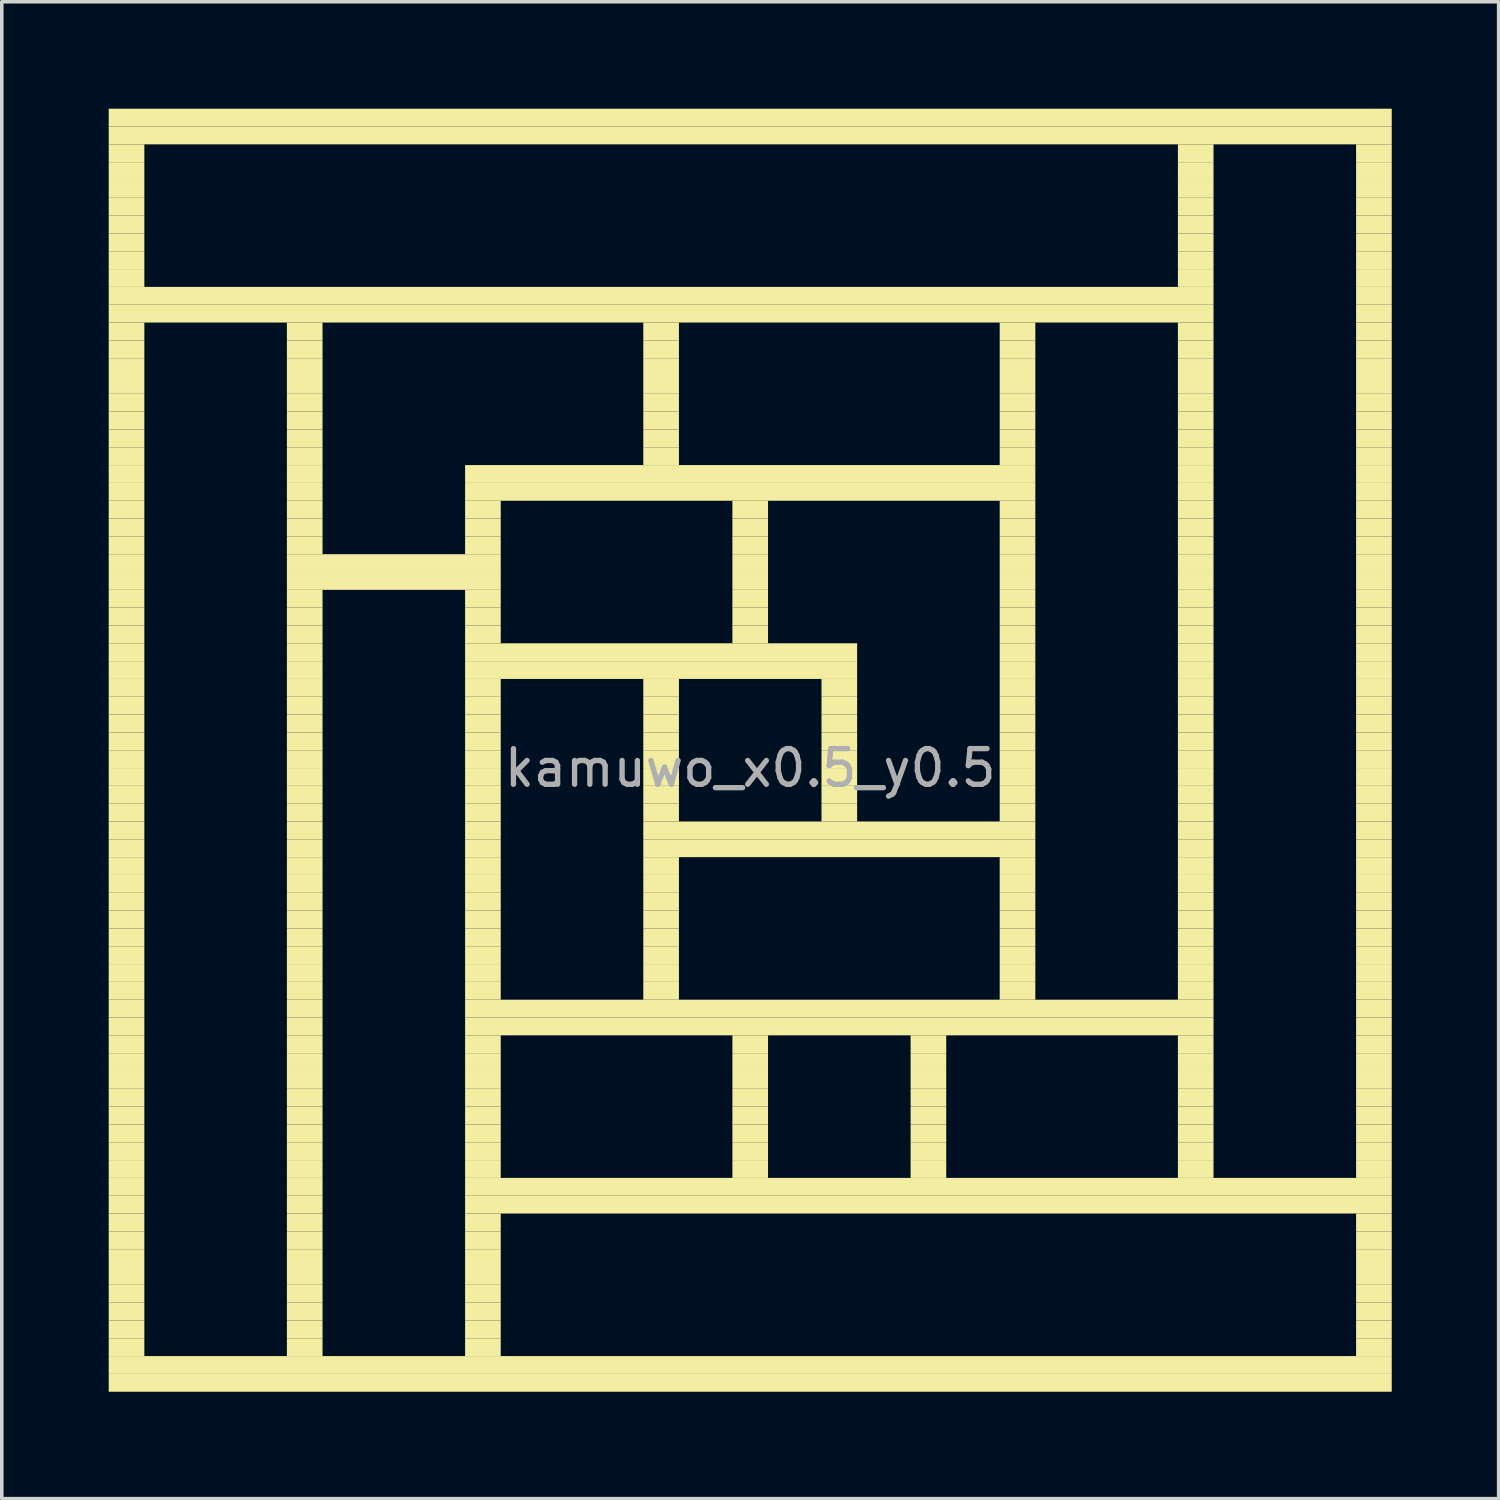
<source format=kicad_pcb>
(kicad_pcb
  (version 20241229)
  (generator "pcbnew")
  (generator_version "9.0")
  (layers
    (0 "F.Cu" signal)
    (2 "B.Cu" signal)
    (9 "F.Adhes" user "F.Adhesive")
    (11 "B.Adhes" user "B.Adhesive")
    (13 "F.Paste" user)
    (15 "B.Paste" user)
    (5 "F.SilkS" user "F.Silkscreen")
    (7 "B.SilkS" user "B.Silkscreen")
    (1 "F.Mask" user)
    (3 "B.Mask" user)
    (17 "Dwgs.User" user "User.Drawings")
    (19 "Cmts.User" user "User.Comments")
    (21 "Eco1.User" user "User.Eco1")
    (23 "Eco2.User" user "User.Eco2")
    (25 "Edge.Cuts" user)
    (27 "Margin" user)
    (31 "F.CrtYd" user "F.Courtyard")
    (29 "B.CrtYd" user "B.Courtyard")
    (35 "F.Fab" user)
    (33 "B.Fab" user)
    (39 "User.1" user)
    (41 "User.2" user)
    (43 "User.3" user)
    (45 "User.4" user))
  (footprint "kamuwo_x0.5_y0.5"
    (layer "F.Cu")
    (at 18 18)
    (property "Reference" "kamuwo_x0.5_y0.5" (at 0 0.5 0) (layer "F.Fab") (effects (font (size 1 1) (thickness 0.15))))
    (attr through_hole)
    (fp_poly (pts (xy -17 -17) (xy -17 -16.5) (xy -18 -16.5) (xy -18 -17)) (stroke (width 0) (type solid)) (fill yes) (layer "F.SilkS"))
    (fp_poly (pts (xy -17 -16.5) (xy -17 -16) (xy -18 -16) (xy -18 -16.5)) (stroke (width 0) (type solid)) (fill yes) (layer "F.SilkS"))
    (fp_poly (pts (xy -17 -16) (xy -17 -15.5) (xy -18 -15.5) (xy -18 -16)) (stroke (width 0) (type solid)) (fill yes) (layer "F.SilkS"))
    (fp_poly (pts (xy -17 -15.5) (xy -17 -15) (xy -18 -15) (xy -18 -15.5)) (stroke (width 0) (type solid)) (fill yes) (layer "F.SilkS"))
    (fp_poly (pts (xy -17 -15) (xy -17 -14.5) (xy -18 -14.5) (xy -18 -15)) (stroke (width 0) (type solid)) (fill yes) (layer "F.SilkS"))
    (fp_poly (pts (xy -17 -14.5) (xy -17 -14) (xy -18 -14) (xy -18 -14.5)) (stroke (width 0) (type solid)) (fill yes) (layer "F.SilkS"))
    (fp_poly (pts (xy -17 -14) (xy -17 -13.5) (xy -18 -13.5) (xy -18 -14)) (stroke (width 0) (type solid)) (fill yes) (layer "F.SilkS"))
    (fp_poly (pts (xy -17 -13.5) (xy -17 -13) (xy -18 -13) (xy -18 -13.5)) (stroke (width 0) (type solid)) (fill yes) (layer "F.SilkS"))
    (fp_poly (pts (xy -17 -12) (xy -17 -11.5) (xy -18 -11.5) (xy -18 -12)) (stroke (width 0) (type solid)) (fill yes) (layer "F.SilkS"))
    (fp_poly (pts (xy -17 -11.5) (xy -17 -11) (xy -18 -11) (xy -18 -11.5)) (stroke (width 0) (type solid)) (fill yes) (layer "F.SilkS"))
    (fp_poly (pts (xy -17 -11) (xy -17 -10.5) (xy -18 -10.5) (xy -18 -11)) (stroke (width 0) (type solid)) (fill yes) (layer "F.SilkS"))
    (fp_poly (pts (xy -17 -10.5) (xy -17 -10) (xy -18 -10) (xy -18 -10.5)) (stroke (width 0) (type solid)) (fill yes) (layer "F.SilkS"))
    (fp_poly (pts (xy -17 -10) (xy -17 -9.5) (xy -18 -9.5) (xy -18 -10)) (stroke (width 0) (type solid)) (fill yes) (layer "F.SilkS"))
    (fp_poly (pts (xy -17 -9.5) (xy -17 -9) (xy -18 -9) (xy -18 -9.5)) (stroke (width 0) (type solid)) (fill yes) (layer "F.SilkS"))
    (fp_poly (pts (xy -17 -9) (xy -17 -8.5) (xy -18 -8.5) (xy -18 -9)) (stroke (width 0) (type solid)) (fill yes) (layer "F.SilkS"))
    (fp_poly (pts (xy -17 -8.5) (xy -17 -8) (xy -18 -8) (xy -18 -8.5)) (stroke (width 0) (type solid)) (fill yes) (layer "F.SilkS"))
    (fp_poly (pts (xy -17 -8) (xy -17 -7.5) (xy -18 -7.5) (xy -18 -8)) (stroke (width 0) (type solid)) (fill yes) (layer "F.SilkS"))
    (fp_poly (pts (xy -17 -7.5) (xy -17 -7) (xy -18 -7) (xy -18 -7.5)) (stroke (width 0) (type solid)) (fill yes) (layer "F.SilkS"))
    (fp_poly (pts (xy -17 -7) (xy -17 -6.5) (xy -18 -6.5) (xy -18 -7)) (stroke (width 0) (type solid)) (fill yes) (layer "F.SilkS"))
    (fp_poly (pts (xy -17 -6.5) (xy -17 -6) (xy -18 -6) (xy -18 -6.5)) (stroke (width 0) (type solid)) (fill yes) (layer "F.SilkS"))
    (fp_poly (pts (xy -17 -6) (xy -17 -5.5) (xy -18 -5.5) (xy -18 -6)) (stroke (width 0) (type solid)) (fill yes) (layer "F.SilkS"))
    (fp_poly (pts (xy -17 -5.5) (xy -17 -5) (xy -18 -5) (xy -18 -5.5)) (stroke (width 0) (type solid)) (fill yes) (layer "F.SilkS"))
    (fp_poly (pts (xy -17 -5) (xy -17 -4.5) (xy -18 -4.5) (xy -18 -5)) (stroke (width 0) (type solid)) (fill yes) (layer "F.SilkS"))
    (fp_poly (pts (xy -17 -4.5) (xy -17 -4) (xy -18 -4) (xy -18 -4.5)) (stroke (width 0) (type solid)) (fill yes) (layer "F.SilkS"))
    (fp_poly (pts (xy -17 -4) (xy -17 -3.5) (xy -18 -3.5) (xy -18 -4)) (stroke (width 0) (type solid)) (fill yes) (layer "F.SilkS"))
    (fp_poly (pts (xy -17 -3.5) (xy -17 -3) (xy -18 -3) (xy -18 -3.5)) (stroke (width 0) (type solid)) (fill yes) (layer "F.SilkS"))
    (fp_poly (pts (xy -17 -3) (xy -17 -2.5) (xy -18 -2.5) (xy -18 -3)) (stroke (width 0) (type solid)) (fill yes) (layer "F.SilkS"))
    (fp_poly (pts (xy -17 -2.5) (xy -17 -2) (xy -18 -2) (xy -18 -2.5)) (stroke (width 0) (type solid)) (fill yes) (layer "F.SilkS"))
    (fp_poly (pts (xy -17 -2) (xy -17 -1.5) (xy -18 -1.5) (xy -18 -2)) (stroke (width 0) (type solid)) (fill yes) (layer "F.SilkS"))
    (fp_poly (pts (xy -17 -1.5) (xy -17 -1) (xy -18 -1) (xy -18 -1.5)) (stroke (width 0) (type solid)) (fill yes) (layer "F.SilkS"))
    (fp_poly (pts (xy -17 -1) (xy -17 -0.5) (xy -18 -0.5) (xy -18 -1)) (stroke (width 0) (type solid)) (fill yes) (layer "F.SilkS"))
    (fp_poly (pts (xy -17 -0.5) (xy -17 0) (xy -18 0) (xy -18 -0.5)) (stroke (width 0) (type solid)) (fill yes) (layer "F.SilkS"))
    (fp_poly (pts (xy -17 0) (xy -17 0.5) (xy -18 0.5) (xy -18 0)) (stroke (width 0) (type solid)) (fill yes) (layer "F.SilkS"))
    (fp_poly (pts (xy -17 0.5) (xy -17 1) (xy -18 1) (xy -18 0.5)) (stroke (width 0) (type solid)) (fill yes) (layer "F.SilkS"))
    (fp_poly (pts (xy -17 1) (xy -17 1.5) (xy -18 1.5) (xy -18 1)) (stroke (width 0) (type solid)) (fill yes) (layer "F.SilkS"))
    (fp_poly (pts (xy -17 1.5) (xy -17 2) (xy -18 2) (xy -18 1.5)) (stroke (width 0) (type solid)) (fill yes) (layer "F.SilkS"))
    (fp_poly (pts (xy -17 2) (xy -17 2.5) (xy -18 2.5) (xy -18 2)) (stroke (width 0) (type solid)) (fill yes) (layer "F.SilkS"))
    (fp_poly (pts (xy -17 2.5) (xy -17 3) (xy -18 3) (xy -18 2.5)) (stroke (width 0) (type solid)) (fill yes) (layer "F.SilkS"))
    (fp_poly (pts (xy -17 3) (xy -17 3.5) (xy -18 3.5) (xy -18 3)) (stroke (width 0) (type solid)) (fill yes) (layer "F.SilkS"))
    (fp_poly (pts (xy -17 3.5) (xy -17 4) (xy -18 4) (xy -18 3.5)) (stroke (width 0) (type solid)) (fill yes) (layer "F.SilkS"))
    (fp_poly (pts (xy -17 4) (xy -17 4.5) (xy -18 4.5) (xy -18 4)) (stroke (width 0) (type solid)) (fill yes) (layer "F.SilkS"))
    (fp_poly (pts (xy -17 4.5) (xy -17 5) (xy -18 5) (xy -18 4.5)) (stroke (width 0) (type solid)) (fill yes) (layer "F.SilkS"))
    (fp_poly (pts (xy -17 5) (xy -17 5.5) (xy -18 5.5) (xy -18 5)) (stroke (width 0) (type solid)) (fill yes) (layer "F.SilkS"))
    (fp_poly (pts (xy -17 5.5) (xy -17 6) (xy -18 6) (xy -18 5.5)) (stroke (width 0) (type solid)) (fill yes) (layer "F.SilkS"))
    (fp_poly (pts (xy -17 6) (xy -17 6.5) (xy -18 6.5) (xy -18 6)) (stroke (width 0) (type solid)) (fill yes) (layer "F.SilkS"))
    (fp_poly (pts (xy -17 6.5) (xy -17 7) (xy -18 7) (xy -18 6.5)) (stroke (width 0) (type solid)) (fill yes) (layer "F.SilkS"))
    (fp_poly (pts (xy -17 7) (xy -17 7.5) (xy -18 7.5) (xy -18 7)) (stroke (width 0) (type solid)) (fill yes) (layer "F.SilkS"))
    (fp_poly (pts (xy -17 7.5) (xy -17 8) (xy -18 8) (xy -18 7.5)) (stroke (width 0) (type solid)) (fill yes) (layer "F.SilkS"))
    (fp_poly (pts (xy -17 8) (xy -17 8.5) (xy -18 8.5) (xy -18 8)) (stroke (width 0) (type solid)) (fill yes) (layer "F.SilkS"))
    (fp_poly (pts (xy -17 8.5) (xy -17 9) (xy -18 9) (xy -18 8.5)) (stroke (width 0) (type solid)) (fill yes) (layer "F.SilkS"))
    (fp_poly (pts (xy -17 9) (xy -17 9.5) (xy -18 9.5) (xy -18 9)) (stroke (width 0) (type solid)) (fill yes) (layer "F.SilkS"))
    (fp_poly (pts (xy -17 9.5) (xy -17 10) (xy -18 10) (xy -18 9.5)) (stroke (width 0) (type solid)) (fill yes) (layer "F.SilkS"))
    (fp_poly (pts (xy -17 10) (xy -17 10.5) (xy -18 10.5) (xy -18 10)) (stroke (width 0) (type solid)) (fill yes) (layer "F.SilkS"))
    (fp_poly (pts (xy -17 10.5) (xy -17 11) (xy -18 11) (xy -18 10.5)) (stroke (width 0) (type solid)) (fill yes) (layer "F.SilkS"))
    (fp_poly (pts (xy -17 11) (xy -17 11.5) (xy -18 11.5) (xy -18 11)) (stroke (width 0) (type solid)) (fill yes) (layer "F.SilkS"))
    (fp_poly (pts (xy -17 11.5) (xy -17 12) (xy -18 12) (xy -18 11.5)) (stroke (width 0) (type solid)) (fill yes) (layer "F.SilkS"))
    (fp_poly (pts (xy -17 12) (xy -17 12.5) (xy -18 12.5) (xy -18 12)) (stroke (width 0) (type solid)) (fill yes) (layer "F.SilkS"))
    (fp_poly (pts (xy -17 12.5) (xy -17 13) (xy -18 13) (xy -18 12.5)) (stroke (width 0) (type solid)) (fill yes) (layer "F.SilkS"))
    (fp_poly (pts (xy -17 13) (xy -17 13.5) (xy -18 13.5) (xy -18 13)) (stroke (width 0) (type solid)) (fill yes) (layer "F.SilkS"))
    (fp_poly (pts (xy -17 13.5) (xy -17 14) (xy -18 14) (xy -18 13.5)) (stroke (width 0) (type solid)) (fill yes) (layer "F.SilkS"))
    (fp_poly (pts (xy -17 14) (xy -17 14.5) (xy -18 14.5) (xy -18 14)) (stroke (width 0) (type solid)) (fill yes) (layer "F.SilkS"))
    (fp_poly (pts (xy -17 14.5) (xy -17 15) (xy -18 15) (xy -18 14.5)) (stroke (width 0) (type solid)) (fill yes) (layer "F.SilkS"))
    (fp_poly (pts (xy -17 15) (xy -17 15.5) (xy -18 15.5) (xy -18 15)) (stroke (width 0) (type solid)) (fill yes) (layer "F.SilkS"))
    (fp_poly (pts (xy -17 15.5) (xy -17 16) (xy -18 16) (xy -18 15.5)) (stroke (width 0) (type solid)) (fill yes) (layer "F.SilkS"))
    (fp_poly (pts (xy -17 16) (xy -17 16.5) (xy -18 16.5) (xy -18 16)) (stroke (width 0) (type solid)) (fill yes) (layer "F.SilkS"))
    (fp_poly (pts (xy -17 16.5) (xy -17 17) (xy -18 17) (xy -18 16.5)) (stroke (width 0) (type solid)) (fill yes) (layer "F.SilkS"))
    (fp_poly (pts (xy -12 -12) (xy -12 -11.5) (xy -13 -11.5) (xy -13 -12)) (stroke (width 0) (type solid)) (fill yes) (layer "F.SilkS"))
    (fp_poly (pts (xy -12 -11.5) (xy -12 -11) (xy -13 -11) (xy -13 -11.5)) (stroke (width 0) (type solid)) (fill yes) (layer "F.SilkS"))
    (fp_poly (pts (xy -12 -11) (xy -12 -10.5) (xy -13 -10.5) (xy -13 -11)) (stroke (width 0) (type solid)) (fill yes) (layer "F.SilkS"))
    (fp_poly (pts (xy -12 -10.5) (xy -12 -10) (xy -13 -10) (xy -13 -10.5)) (stroke (width 0) (type solid)) (fill yes) (layer "F.SilkS"))
    (fp_poly (pts (xy -12 -10) (xy -12 -9.5) (xy -13 -9.5) (xy -13 -10)) (stroke (width 0) (type solid)) (fill yes) (layer "F.SilkS"))
    (fp_poly (pts (xy -12 -9.5) (xy -12 -9) (xy -13 -9) (xy -13 -9.5)) (stroke (width 0) (type solid)) (fill yes) (layer "F.SilkS"))
    (fp_poly (pts (xy -12 -9) (xy -12 -8.5) (xy -13 -8.5) (xy -13 -9)) (stroke (width 0) (type solid)) (fill yes) (layer "F.SilkS"))
    (fp_poly (pts (xy -12 -8.5) (xy -12 -8) (xy -13 -8) (xy -13 -8.5)) (stroke (width 0) (type solid)) (fill yes) (layer "F.SilkS"))
    (fp_poly (pts (xy -12 -8) (xy -12 -7.5) (xy -13 -7.5) (xy -13 -8)) (stroke (width 0) (type solid)) (fill yes) (layer "F.SilkS"))
    (fp_poly (pts (xy -12 -7.5) (xy -12 -7) (xy -13 -7) (xy -13 -7.5)) (stroke (width 0) (type solid)) (fill yes) (layer "F.SilkS"))
    (fp_poly (pts (xy -12 -7) (xy -12 -6.5) (xy -13 -6.5) (xy -13 -7)) (stroke (width 0) (type solid)) (fill yes) (layer "F.SilkS"))
    (fp_poly (pts (xy -12 -6.5) (xy -12 -6) (xy -13 -6) (xy -13 -6.5)) (stroke (width 0) (type solid)) (fill yes) (layer "F.SilkS"))
    (fp_poly (pts (xy -12 -6) (xy -12 -5.5) (xy -13 -5.5) (xy -13 -6)) (stroke (width 0) (type solid)) (fill yes) (layer "F.SilkS"))
    (fp_poly (pts (xy -12 -4.5) (xy -12 -4) (xy -13 -4) (xy -13 -4.5)) (stroke (width 0) (type solid)) (fill yes) (layer "F.SilkS"))
    (fp_poly (pts (xy -12 -4) (xy -12 -3.5) (xy -13 -3.5) (xy -13 -4)) (stroke (width 0) (type solid)) (fill yes) (layer "F.SilkS"))
    (fp_poly (pts (xy -12 -3.5) (xy -12 -3) (xy -13 -3) (xy -13 -3.5)) (stroke (width 0) (type solid)) (fill yes) (layer "F.SilkS"))
    (fp_poly (pts (xy -12 -3) (xy -12 -2.5) (xy -13 -2.5) (xy -13 -3)) (stroke (width 0) (type solid)) (fill yes) (layer "F.SilkS"))
    (fp_poly (pts (xy -12 -2.5) (xy -12 -2) (xy -13 -2) (xy -13 -2.5)) (stroke (width 0) (type solid)) (fill yes) (layer "F.SilkS"))
    (fp_poly (pts (xy -12 -2) (xy -12 -1.5) (xy -13 -1.5) (xy -13 -2)) (stroke (width 0) (type solid)) (fill yes) (layer "F.SilkS"))
    (fp_poly (pts (xy -12 -1.5) (xy -12 -1) (xy -13 -1) (xy -13 -1.5)) (stroke (width 0) (type solid)) (fill yes) (layer "F.SilkS"))
    (fp_poly (pts (xy -12 -1) (xy -12 -0.5) (xy -13 -0.5) (xy -13 -1)) (stroke (width 0) (type solid)) (fill yes) (layer "F.SilkS"))
    (fp_poly (pts (xy -12 -0.5) (xy -12 0) (xy -13 0) (xy -13 -0.5)) (stroke (width 0) (type solid)) (fill yes) (layer "F.SilkS"))
    (fp_poly (pts (xy -12 0) (xy -12 0.5) (xy -13 0.5) (xy -13 0)) (stroke (width 0) (type solid)) (fill yes) (layer "F.SilkS"))
    (fp_poly (pts (xy -12 0.5) (xy -12 1) (xy -13 1) (xy -13 0.5)) (stroke (width 0) (type solid)) (fill yes) (layer "F.SilkS"))
    (fp_poly (pts (xy -12 1) (xy -12 1.5) (xy -13 1.5) (xy -13 1)) (stroke (width 0) (type solid)) (fill yes) (layer "F.SilkS"))
    (fp_poly (pts (xy -12 1.5) (xy -12 2) (xy -13 2) (xy -13 1.5)) (stroke (width 0) (type solid)) (fill yes) (layer "F.SilkS"))
    (fp_poly (pts (xy -12 2) (xy -12 2.5) (xy -13 2.5) (xy -13 2)) (stroke (width 0) (type solid)) (fill yes) (layer "F.SilkS"))
    (fp_poly (pts (xy -12 2.5) (xy -12 3) (xy -13 3) (xy -13 2.5)) (stroke (width 0) (type solid)) (fill yes) (layer "F.SilkS"))
    (fp_poly (pts (xy -12 3) (xy -12 3.5) (xy -13 3.5) (xy -13 3)) (stroke (width 0) (type solid)) (fill yes) (layer "F.SilkS"))
    (fp_poly (pts (xy -12 3.5) (xy -12 4) (xy -13 4) (xy -13 3.5)) (stroke (width 0) (type solid)) (fill yes) (layer "F.SilkS"))
    (fp_poly (pts (xy -12 4) (xy -12 4.5) (xy -13 4.5) (xy -13 4)) (stroke (width 0) (type solid)) (fill yes) (layer "F.SilkS"))
    (fp_poly (pts (xy -12 4.5) (xy -12 5) (xy -13 5) (xy -13 4.5)) (stroke (width 0) (type solid)) (fill yes) (layer "F.SilkS"))
    (fp_poly (pts (xy -12 5) (xy -12 5.5) (xy -13 5.5) (xy -13 5)) (stroke (width 0) (type solid)) (fill yes) (layer "F.SilkS"))
    (fp_poly (pts (xy -12 5.5) (xy -12 6) (xy -13 6) (xy -13 5.5)) (stroke (width 0) (type solid)) (fill yes) (layer "F.SilkS"))
    (fp_poly (pts (xy -12 6) (xy -12 6.5) (xy -13 6.5) (xy -13 6)) (stroke (width 0) (type solid)) (fill yes) (layer "F.SilkS"))
    (fp_poly (pts (xy -12 6.5) (xy -12 7) (xy -13 7) (xy -13 6.5)) (stroke (width 0) (type solid)) (fill yes) (layer "F.SilkS"))
    (fp_poly (pts (xy -12 7) (xy -12 7.5) (xy -13 7.5) (xy -13 7)) (stroke (width 0) (type solid)) (fill yes) (layer "F.SilkS"))
    (fp_poly (pts (xy -12 7.5) (xy -12 8) (xy -13 8) (xy -13 7.5)) (stroke (width 0) (type solid)) (fill yes) (layer "F.SilkS"))
    (fp_poly (pts (xy -12 8) (xy -12 8.5) (xy -13 8.5) (xy -13 8)) (stroke (width 0) (type solid)) (fill yes) (layer "F.SilkS"))
    (fp_poly (pts (xy -12 8.5) (xy -12 9) (xy -13 9) (xy -13 8.5)) (stroke (width 0) (type solid)) (fill yes) (layer "F.SilkS"))
    (fp_poly (pts (xy -12 9) (xy -12 9.5) (xy -13 9.5) (xy -13 9)) (stroke (width 0) (type solid)) (fill yes) (layer "F.SilkS"))
    (fp_poly (pts (xy -12 9.5) (xy -12 10) (xy -13 10) (xy -13 9.5)) (stroke (width 0) (type solid)) (fill yes) (layer "F.SilkS"))
    (fp_poly (pts (xy -12 10) (xy -12 10.5) (xy -13 10.5) (xy -13 10)) (stroke (width 0) (type solid)) (fill yes) (layer "F.SilkS"))
    (fp_poly (pts (xy -12 10.5) (xy -12 11) (xy -13 11) (xy -13 10.5)) (stroke (width 0) (type solid)) (fill yes) (layer "F.SilkS"))
    (fp_poly (pts (xy -12 11) (xy -12 11.5) (xy -13 11.5) (xy -13 11)) (stroke (width 0) (type solid)) (fill yes) (layer "F.SilkS"))
    (fp_poly (pts (xy -12 11.5) (xy -12 12) (xy -13 12) (xy -13 11.5)) (stroke (width 0) (type solid)) (fill yes) (layer "F.SilkS"))
    (fp_poly (pts (xy -12 12) (xy -12 12.5) (xy -13 12.5) (xy -13 12)) (stroke (width 0) (type solid)) (fill yes) (layer "F.SilkS"))
    (fp_poly (pts (xy -12 12.5) (xy -12 13) (xy -13 13) (xy -13 12.5)) (stroke (width 0) (type solid)) (fill yes) (layer "F.SilkS"))
    (fp_poly (pts (xy -12 13) (xy -12 13.5) (xy -13 13.5) (xy -13 13)) (stroke (width 0) (type solid)) (fill yes) (layer "F.SilkS"))
    (fp_poly (pts (xy -12 13.5) (xy -12 14) (xy -13 14) (xy -13 13.5)) (stroke (width 0) (type solid)) (fill yes) (layer "F.SilkS"))
    (fp_poly (pts (xy -12 14) (xy -12 14.5) (xy -13 14.5) (xy -13 14)) (stroke (width 0) (type solid)) (fill yes) (layer "F.SilkS"))
    (fp_poly (pts (xy -12 14.5) (xy -12 15) (xy -13 15) (xy -13 14.5)) (stroke (width 0) (type solid)) (fill yes) (layer "F.SilkS"))
    (fp_poly (pts (xy -12 15) (xy -12 15.5) (xy -13 15.5) (xy -13 15)) (stroke (width 0) (type solid)) (fill yes) (layer "F.SilkS"))
    (fp_poly (pts (xy -12 15.5) (xy -12 16) (xy -13 16) (xy -13 15.5)) (stroke (width 0) (type solid)) (fill yes) (layer "F.SilkS"))
    (fp_poly (pts (xy -12 16) (xy -12 16.5) (xy -13 16.5) (xy -13 16)) (stroke (width 0) (type solid)) (fill yes) (layer "F.SilkS"))
    (fp_poly (pts (xy -12 16.5) (xy -12 17) (xy -13 17) (xy -13 16.5)) (stroke (width 0) (type solid)) (fill yes) (layer "F.SilkS"))
    (fp_poly (pts (xy -7 -7) (xy -7 -6.5) (xy -8 -6.5) (xy -8 -7)) (stroke (width 0) (type solid)) (fill yes) (layer "F.SilkS"))
    (fp_poly (pts (xy -7 -6.5) (xy -7 -6) (xy -8 -6) (xy -8 -6.5)) (stroke (width 0) (type solid)) (fill yes) (layer "F.SilkS"))
    (fp_poly (pts (xy -7 -6) (xy -7 -5.5) (xy -8 -5.5) (xy -8 -6)) (stroke (width 0) (type solid)) (fill yes) (layer "F.SilkS"))
    (fp_poly (pts (xy -7 -5.5) (xy -7 -5) (xy -13 -5) (xy -13 -5.5)) (stroke (width 0) (type solid)) (fill yes) (layer "F.SilkS"))
    (fp_poly (pts (xy -7 -5) (xy -7 -4.5) (xy -13 -4.5) (xy -13 -5)) (stroke (width 0) (type solid)) (fill yes) (layer "F.SilkS"))
    (fp_poly (pts (xy -7 -4.5) (xy -7 -4) (xy -8 -4) (xy -8 -4.5)) (stroke (width 0) (type solid)) (fill yes) (layer "F.SilkS"))
    (fp_poly (pts (xy -7 -4) (xy -7 -3.5) (xy -8 -3.5) (xy -8 -4)) (stroke (width 0) (type solid)) (fill yes) (layer "F.SilkS"))
    (fp_poly (pts (xy -7 -3.5) (xy -7 -3) (xy -8 -3) (xy -8 -3.5)) (stroke (width 0) (type solid)) (fill yes) (layer "F.SilkS"))
    (fp_poly (pts (xy -7 -2) (xy -7 -1.5) (xy -8 -1.5) (xy -8 -2)) (stroke (width 0) (type solid)) (fill yes) (layer "F.SilkS"))
    (fp_poly (pts (xy -7 -1.5) (xy -7 -1) (xy -8 -1) (xy -8 -1.5)) (stroke (width 0) (type solid)) (fill yes) (layer "F.SilkS"))
    (fp_poly (pts (xy -7 -1) (xy -7 -0.5) (xy -8 -0.5) (xy -8 -1)) (stroke (width 0) (type solid)) (fill yes) (layer "F.SilkS"))
    (fp_poly (pts (xy -7 -0.5) (xy -7 0) (xy -8 0) (xy -8 -0.5)) (stroke (width 0) (type solid)) (fill yes) (layer "F.SilkS"))
    (fp_poly (pts (xy -7 0) (xy -7 0.5) (xy -8 0.5) (xy -8 0)) (stroke (width 0) (type solid)) (fill yes) (layer "F.SilkS"))
    (fp_poly (pts (xy -7 0.5) (xy -7 1) (xy -8 1) (xy -8 0.5)) (stroke (width 0) (type solid)) (fill yes) (layer "F.SilkS"))
    (fp_poly (pts (xy -7 1) (xy -7 1.5) (xy -8 1.5) (xy -8 1)) (stroke (width 0) (type solid)) (fill yes) (layer "F.SilkS"))
    (fp_poly (pts (xy -7 1.5) (xy -7 2) (xy -8 2) (xy -8 1.5)) (stroke (width 0) (type solid)) (fill yes) (layer "F.SilkS"))
    (fp_poly (pts (xy -7 2) (xy -7 2.5) (xy -8 2.5) (xy -8 2)) (stroke (width 0) (type solid)) (fill yes) (layer "F.SilkS"))
    (fp_poly (pts (xy -7 2.5) (xy -7 3) (xy -8 3) (xy -8 2.5)) (stroke (width 0) (type solid)) (fill yes) (layer "F.SilkS"))
    (fp_poly (pts (xy -7 3) (xy -7 3.5) (xy -8 3.5) (xy -8 3)) (stroke (width 0) (type solid)) (fill yes) (layer "F.SilkS"))
    (fp_poly (pts (xy -7 3.5) (xy -7 4) (xy -8 4) (xy -8 3.5)) (stroke (width 0) (type solid)) (fill yes) (layer "F.SilkS"))
    (fp_poly (pts (xy -7 4) (xy -7 4.5) (xy -8 4.5) (xy -8 4)) (stroke (width 0) (type solid)) (fill yes) (layer "F.SilkS"))
    (fp_poly (pts (xy -7 4.5) (xy -7 5) (xy -8 5) (xy -8 4.5)) (stroke (width 0) (type solid)) (fill yes) (layer "F.SilkS"))
    (fp_poly (pts (xy -7 5) (xy -7 5.5) (xy -8 5.5) (xy -8 5)) (stroke (width 0) (type solid)) (fill yes) (layer "F.SilkS"))
    (fp_poly (pts (xy -7 5.5) (xy -7 6) (xy -8 6) (xy -8 5.5)) (stroke (width 0) (type solid)) (fill yes) (layer "F.SilkS"))
    (fp_poly (pts (xy -7 6) (xy -7 6.5) (xy -8 6.5) (xy -8 6)) (stroke (width 0) (type solid)) (fill yes) (layer "F.SilkS"))
    (fp_poly (pts (xy -7 6.5) (xy -7 7) (xy -8 7) (xy -8 6.5)) (stroke (width 0) (type solid)) (fill yes) (layer "F.SilkS"))
    (fp_poly (pts (xy -7 8) (xy -7 8.5) (xy -8 8.5) (xy -8 8)) (stroke (width 0) (type solid)) (fill yes) (layer "F.SilkS"))
    (fp_poly (pts (xy -7 8.5) (xy -7 9) (xy -8 9) (xy -8 8.5)) (stroke (width 0) (type solid)) (fill yes) (layer "F.SilkS"))
    (fp_poly (pts (xy -7 9) (xy -7 9.5) (xy -8 9.5) (xy -8 9)) (stroke (width 0) (type solid)) (fill yes) (layer "F.SilkS"))
    (fp_poly (pts (xy -7 9.5) (xy -7 10) (xy -8 10) (xy -8 9.5)) (stroke (width 0) (type solid)) (fill yes) (layer "F.SilkS"))
    (fp_poly (pts (xy -7 10) (xy -7 10.5) (xy -8 10.5) (xy -8 10)) (stroke (width 0) (type solid)) (fill yes) (layer "F.SilkS"))
    (fp_poly (pts (xy -7 10.5) (xy -7 11) (xy -8 11) (xy -8 10.5)) (stroke (width 0) (type solid)) (fill yes) (layer "F.SilkS"))
    (fp_poly (pts (xy -7 11) (xy -7 11.5) (xy -8 11.5) (xy -8 11)) (stroke (width 0) (type solid)) (fill yes) (layer "F.SilkS"))
    (fp_poly (pts (xy -7 11.5) (xy -7 12) (xy -8 12) (xy -8 11.5)) (stroke (width 0) (type solid)) (fill yes) (layer "F.SilkS"))
    (fp_poly (pts (xy -7 13) (xy -7 13.5) (xy -8 13.5) (xy -8 13)) (stroke (width 0) (type solid)) (fill yes) (layer "F.SilkS"))
    (fp_poly (pts (xy -7 13.5) (xy -7 14) (xy -8 14) (xy -8 13.5)) (stroke (width 0) (type solid)) (fill yes) (layer "F.SilkS"))
    (fp_poly (pts (xy -7 14) (xy -7 14.5) (xy -8 14.5) (xy -8 14)) (stroke (width 0) (type solid)) (fill yes) (layer "F.SilkS"))
    (fp_poly (pts (xy -7 14.5) (xy -7 15) (xy -8 15) (xy -8 14.5)) (stroke (width 0) (type solid)) (fill yes) (layer "F.SilkS"))
    (fp_poly (pts (xy -7 15) (xy -7 15.5) (xy -8 15.5) (xy -8 15)) (stroke (width 0) (type solid)) (fill yes) (layer "F.SilkS"))
    (fp_poly (pts (xy -7 15.5) (xy -7 16) (xy -8 16) (xy -8 15.5)) (stroke (width 0) (type solid)) (fill yes) (layer "F.SilkS"))
    (fp_poly (pts (xy -7 16) (xy -7 16.5) (xy -8 16.5) (xy -8 16)) (stroke (width 0) (type solid)) (fill yes) (layer "F.SilkS"))
    (fp_poly (pts (xy -7 16.5) (xy -7 17) (xy -8 17) (xy -8 16.5)) (stroke (width 0) (type solid)) (fill yes) (layer "F.SilkS"))
    (fp_poly (pts (xy -2 -12) (xy -2 -11.5) (xy -3 -11.5) (xy -3 -12)) (stroke (width 0) (type solid)) (fill yes) (layer "F.SilkS"))
    (fp_poly (pts (xy -2 -11.5) (xy -2 -11) (xy -3 -11) (xy -3 -11.5)) (stroke (width 0) (type solid)) (fill yes) (layer "F.SilkS"))
    (fp_poly (pts (xy -2 -11) (xy -2 -10.5) (xy -3 -10.5) (xy -3 -11)) (stroke (width 0) (type solid)) (fill yes) (layer "F.SilkS"))
    (fp_poly (pts (xy -2 -10.5) (xy -2 -10) (xy -3 -10) (xy -3 -10.5)) (stroke (width 0) (type solid)) (fill yes) (layer "F.SilkS"))
    (fp_poly (pts (xy -2 -10) (xy -2 -9.5) (xy -3 -9.5) (xy -3 -10)) (stroke (width 0) (type solid)) (fill yes) (layer "F.SilkS"))
    (fp_poly (pts (xy -2 -9.5) (xy -2 -9) (xy -3 -9) (xy -3 -9.5)) (stroke (width 0) (type solid)) (fill yes) (layer "F.SilkS"))
    (fp_poly (pts (xy -2 -9) (xy -2 -8.5) (xy -3 -8.5) (xy -3 -9)) (stroke (width 0) (type solid)) (fill yes) (layer "F.SilkS"))
    (fp_poly (pts (xy -2 -8.5) (xy -2 -8) (xy -3 -8) (xy -3 -8.5)) (stroke (width 0) (type solid)) (fill yes) (layer "F.SilkS"))
    (fp_poly (pts (xy -2 -2) (xy -2 -1.5) (xy -3 -1.5) (xy -3 -2)) (stroke (width 0) (type solid)) (fill yes) (layer "F.SilkS"))
    (fp_poly (pts (xy -2 -1.5) (xy -2 -1) (xy -3 -1) (xy -3 -1.5)) (stroke (width 0) (type solid)) (fill yes) (layer "F.SilkS"))
    (fp_poly (pts (xy -2 -1) (xy -2 -0.5) (xy -3 -0.5) (xy -3 -1)) (stroke (width 0) (type solid)) (fill yes) (layer "F.SilkS"))
    (fp_poly (pts (xy -2 -0.5) (xy -2 0) (xy -3 0) (xy -3 -0.5)) (stroke (width 0) (type solid)) (fill yes) (layer "F.SilkS"))
    (fp_poly (pts (xy -2 0) (xy -2 0.5) (xy -3 0.5) (xy -3 0)) (stroke (width 0) (type solid)) (fill yes) (layer "F.SilkS"))
    (fp_poly (pts (xy -2 0.5) (xy -2 1) (xy -3 1) (xy -3 0.5)) (stroke (width 0) (type solid)) (fill yes) (layer "F.SilkS"))
    (fp_poly (pts (xy -2 1) (xy -2 1.5) (xy -3 1.5) (xy -3 1)) (stroke (width 0) (type solid)) (fill yes) (layer "F.SilkS"))
    (fp_poly (pts (xy -2 1.5) (xy -2 2) (xy -3 2) (xy -3 1.5)) (stroke (width 0) (type solid)) (fill yes) (layer "F.SilkS"))
    (fp_poly (pts (xy -2 3) (xy -2 3.5) (xy -3 3.5) (xy -3 3)) (stroke (width 0) (type solid)) (fill yes) (layer "F.SilkS"))
    (fp_poly (pts (xy -2 3.5) (xy -2 4) (xy -3 4) (xy -3 3.5)) (stroke (width 0) (type solid)) (fill yes) (layer "F.SilkS"))
    (fp_poly (pts (xy -2 4) (xy -2 4.5) (xy -3 4.5) (xy -3 4)) (stroke (width 0) (type solid)) (fill yes) (layer "F.SilkS"))
    (fp_poly (pts (xy -2 4.5) (xy -2 5) (xy -3 5) (xy -3 4.5)) (stroke (width 0) (type solid)) (fill yes) (layer "F.SilkS"))
    (fp_poly (pts (xy -2 5) (xy -2 5.5) (xy -3 5.5) (xy -3 5)) (stroke (width 0) (type solid)) (fill yes) (layer "F.SilkS"))
    (fp_poly (pts (xy -2 5.5) (xy -2 6) (xy -3 6) (xy -3 5.5)) (stroke (width 0) (type solid)) (fill yes) (layer "F.SilkS"))
    (fp_poly (pts (xy -2 6) (xy -2 6.5) (xy -3 6.5) (xy -3 6)) (stroke (width 0) (type solid)) (fill yes) (layer "F.SilkS"))
    (fp_poly (pts (xy -2 6.5) (xy -2 7) (xy -3 7) (xy -3 6.5)) (stroke (width 0) (type solid)) (fill yes) (layer "F.SilkS"))
    (fp_poly (pts (xy 0.5 -7) (xy 0.5 -6.5) (xy -0.5 -6.5) (xy -0.5 -7)) (stroke (width 0) (type solid)) (fill yes) (layer "F.SilkS"))
    (fp_poly (pts (xy 0.5 -6.5) (xy 0.5 -6) (xy -0.5 -6) (xy -0.5 -6.5)) (stroke (width 0) (type solid)) (fill yes) (layer "F.SilkS"))
    (fp_poly (pts (xy 0.5 -6) (xy 0.5 -5.5) (xy -0.5 -5.5) (xy -0.5 -6)) (stroke (width 0) (type solid)) (fill yes) (layer "F.SilkS"))
    (fp_poly (pts (xy 0.5 -5.5) (xy 0.5 -5) (xy -0.5 -5) (xy -0.5 -5.5)) (stroke (width 0) (type solid)) (fill yes) (layer "F.SilkS"))
    (fp_poly (pts (xy 0.5 -5) (xy 0.5 -4.5) (xy -0.5 -4.5) (xy -0.5 -5)) (stroke (width 0) (type solid)) (fill yes) (layer "F.SilkS"))
    (fp_poly (pts (xy 0.5 -4.5) (xy 0.5 -4) (xy -0.5 -4) (xy -0.5 -4.5)) (stroke (width 0) (type solid)) (fill yes) (layer "F.SilkS"))
    (fp_poly (pts (xy 0.5 -4) (xy 0.5 -3.5) (xy -0.5 -3.5) (xy -0.5 -4)) (stroke (width 0) (type solid)) (fill yes) (layer "F.SilkS"))
    (fp_poly (pts (xy 0.5 -3.5) (xy 0.5 -3) (xy -0.5 -3) (xy -0.5 -3.5)) (stroke (width 0) (type solid)) (fill yes) (layer "F.SilkS"))
    (fp_poly (pts (xy 0.5 8) (xy 0.5 8.5) (xy -0.5 8.5) (xy -0.5 8)) (stroke (width 0) (type solid)) (fill yes) (layer "F.SilkS"))
    (fp_poly (pts (xy 0.5 8.5) (xy 0.5 9) (xy -0.5 9) (xy -0.5 8.5)) (stroke (width 0) (type solid)) (fill yes) (layer "F.SilkS"))
    (fp_poly (pts (xy 0.5 9) (xy 0.5 9.5) (xy -0.5 9.5) (xy -0.5 9)) (stroke (width 0) (type solid)) (fill yes) (layer "F.SilkS"))
    (fp_poly (pts (xy 0.5 9.5) (xy 0.5 10) (xy -0.5 10) (xy -0.5 9.5)) (stroke (width 0) (type solid)) (fill yes) (layer "F.SilkS"))
    (fp_poly (pts (xy 0.5 10) (xy 0.5 10.5) (xy -0.5 10.5) (xy -0.5 10)) (stroke (width 0) (type solid)) (fill yes) (layer "F.SilkS"))
    (fp_poly (pts (xy 0.5 10.5) (xy 0.5 11) (xy -0.5 11) (xy -0.5 10.5)) (stroke (width 0) (type solid)) (fill yes) (layer "F.SilkS"))
    (fp_poly (pts (xy 0.5 11) (xy 0.5 11.5) (xy -0.5 11.5) (xy -0.5 11)) (stroke (width 0) (type solid)) (fill yes) (layer "F.SilkS"))
    (fp_poly (pts (xy 0.5 11.5) (xy 0.5 12) (xy -0.5 12) (xy -0.5 11.5)) (stroke (width 0) (type solid)) (fill yes) (layer "F.SilkS"))
    (fp_poly (pts (xy 3 -3) (xy 3 -2.5) (xy -8 -2.5) (xy -8 -3)) (stroke (width 0) (type solid)) (fill yes) (layer "F.SilkS"))
    (fp_poly (pts (xy 3 -2.5) (xy 3 -2) (xy -8 -2) (xy -8 -2.5)) (stroke (width 0) (type solid)) (fill yes) (layer "F.SilkS"))
    (fp_poly (pts (xy 3 -2) (xy 3 -1.5) (xy 2 -1.5) (xy 2 -2)) (stroke (width 0) (type solid)) (fill yes) (layer "F.SilkS"))
    (fp_poly (pts (xy 3 -1.5) (xy 3 -1) (xy 2 -1) (xy 2 -1.5)) (stroke (width 0) (type solid)) (fill yes) (layer "F.SilkS"))
    (fp_poly (pts (xy 3 -1) (xy 3 -0.5) (xy 2 -0.5) (xy 2 -1)) (stroke (width 0) (type solid)) (fill yes) (layer "F.SilkS"))
    (fp_poly (pts (xy 3 -0.5) (xy 3 0) (xy 2 0) (xy 2 -0.5)) (stroke (width 0) (type solid)) (fill yes) (layer "F.SilkS"))
    (fp_poly (pts (xy 3 0) (xy 3 0.5) (xy 2 0.5) (xy 2 0)) (stroke (width 0) (type solid)) (fill yes) (layer "F.SilkS"))
    (fp_poly (pts (xy 3 0.5) (xy 3 1) (xy 2 1) (xy 2 0.5)) (stroke (width 0) (type solid)) (fill yes) (layer "F.SilkS"))
    (fp_poly (pts (xy 3 1) (xy 3 1.5) (xy 2 1.5) (xy 2 1)) (stroke (width 0) (type solid)) (fill yes) (layer "F.SilkS"))
    (fp_poly (pts (xy 3 1.5) (xy 3 2) (xy 2 2) (xy 2 1.5)) (stroke (width 0) (type solid)) (fill yes) (layer "F.SilkS"))
    (fp_poly (pts (xy 5.5 8) (xy 5.5 8.5) (xy 4.5 8.5) (xy 4.5 8)) (stroke (width 0) (type solid)) (fill yes) (layer "F.SilkS"))
    (fp_poly (pts (xy 5.5 8.5) (xy 5.5 9) (xy 4.5 9) (xy 4.5 8.5)) (stroke (width 0) (type solid)) (fill yes) (layer "F.SilkS"))
    (fp_poly (pts (xy 5.5 9) (xy 5.5 9.5) (xy 4.5 9.5) (xy 4.5 9)) (stroke (width 0) (type solid)) (fill yes) (layer "F.SilkS"))
    (fp_poly (pts (xy 5.5 9.5) (xy 5.5 10) (xy 4.5 10) (xy 4.5 9.5)) (stroke (width 0) (type solid)) (fill yes) (layer "F.SilkS"))
    (fp_poly (pts (xy 5.5 10) (xy 5.5 10.5) (xy 4.5 10.5) (xy 4.5 10)) (stroke (width 0) (type solid)) (fill yes) (layer "F.SilkS"))
    (fp_poly (pts (xy 5.5 10.5) (xy 5.5 11) (xy 4.5 11) (xy 4.5 10.5)) (stroke (width 0) (type solid)) (fill yes) (layer "F.SilkS"))
    (fp_poly (pts (xy 5.5 11) (xy 5.5 11.5) (xy 4.5 11.5) (xy 4.5 11)) (stroke (width 0) (type solid)) (fill yes) (layer "F.SilkS"))
    (fp_poly (pts (xy 5.5 11.5) (xy 5.5 12) (xy 4.5 12) (xy 4.5 11.5)) (stroke (width 0) (type solid)) (fill yes) (layer "F.SilkS"))
    (fp_poly (pts (xy 8 -12) (xy 8 -11.5) (xy 7 -11.5) (xy 7 -12)) (stroke (width 0) (type solid)) (fill yes) (layer "F.SilkS"))
    (fp_poly (pts (xy 8 -11.5) (xy 8 -11) (xy 7 -11) (xy 7 -11.5)) (stroke (width 0) (type solid)) (fill yes) (layer "F.SilkS"))
    (fp_poly (pts (xy 8 -11) (xy 8 -10.5) (xy 7 -10.5) (xy 7 -11)) (stroke (width 0) (type solid)) (fill yes) (layer "F.SilkS"))
    (fp_poly (pts (xy 8 -10.5) (xy 8 -10) (xy 7 -10) (xy 7 -10.5)) (stroke (width 0) (type solid)) (fill yes) (layer "F.SilkS"))
    (fp_poly (pts (xy 8 -10) (xy 8 -9.5) (xy 7 -9.5) (xy 7 -10)) (stroke (width 0) (type solid)) (fill yes) (layer "F.SilkS"))
    (fp_poly (pts (xy 8 -9.5) (xy 8 -9) (xy 7 -9) (xy 7 -9.5)) (stroke (width 0) (type solid)) (fill yes) (layer "F.SilkS"))
    (fp_poly (pts (xy 8 -9) (xy 8 -8.5) (xy 7 -8.5) (xy 7 -9)) (stroke (width 0) (type solid)) (fill yes) (layer "F.SilkS"))
    (fp_poly (pts (xy 8 -8.5) (xy 8 -8) (xy 7 -8) (xy 7 -8.5)) (stroke (width 0) (type solid)) (fill yes) (layer "F.SilkS"))
    (fp_poly (pts (xy 8 -8) (xy 8 -7.5) (xy -8 -7.5) (xy -8 -8)) (stroke (width 0) (type solid)) (fill yes) (layer "F.SilkS"))
    (fp_poly (pts (xy 8 -7.5) (xy 8 -7) (xy -8 -7) (xy -8 -7.5)) (stroke (width 0) (type solid)) (fill yes) (layer "F.SilkS"))
    (fp_poly (pts (xy 8 -7) (xy 8 -6.5) (xy 7 -6.5) (xy 7 -7)) (stroke (width 0) (type solid)) (fill yes) (layer "F.SilkS"))
    (fp_poly (pts (xy 8 -6.5) (xy 8 -6) (xy 7 -6) (xy 7 -6.5)) (stroke (width 0) (type solid)) (fill yes) (layer "F.SilkS"))
    (fp_poly (pts (xy 8 -6) (xy 8 -5.5) (xy 7 -5.5) (xy 7 -6)) (stroke (width 0) (type solid)) (fill yes) (layer "F.SilkS"))
    (fp_poly (pts (xy 8 -5.5) (xy 8 -5) (xy 7 -5) (xy 7 -5.5)) (stroke (width 0) (type solid)) (fill yes) (layer "F.SilkS"))
    (fp_poly (pts (xy 8 -5) (xy 8 -4.5) (xy 7 -4.5) (xy 7 -5)) (stroke (width 0) (type solid)) (fill yes) (layer "F.SilkS"))
    (fp_poly (pts (xy 8 -4.5) (xy 8 -4) (xy 7 -4) (xy 7 -4.5)) (stroke (width 0) (type solid)) (fill yes) (layer "F.SilkS"))
    (fp_poly (pts (xy 8 -4) (xy 8 -3.5) (xy 7 -3.5) (xy 7 -4)) (stroke (width 0) (type solid)) (fill yes) (layer "F.SilkS"))
    (fp_poly (pts (xy 8 -3.5) (xy 8 -3) (xy 7 -3) (xy 7 -3.5)) (stroke (width 0) (type solid)) (fill yes) (layer "F.SilkS"))
    (fp_poly (pts (xy 8 -3) (xy 8 -2.5) (xy 7 -2.5) (xy 7 -3)) (stroke (width 0) (type solid)) (fill yes) (layer "F.SilkS"))
    (fp_poly (pts (xy 8 -2.5) (xy 8 -2) (xy 7 -2) (xy 7 -2.5)) (stroke (width 0) (type solid)) (fill yes) (layer "F.SilkS"))
    (fp_poly (pts (xy 8 -2) (xy 8 -1.5) (xy 7 -1.5) (xy 7 -2)) (stroke (width 0) (type solid)) (fill yes) (layer "F.SilkS"))
    (fp_poly (pts (xy 8 -1.5) (xy 8 -1) (xy 7 -1) (xy 7 -1.5)) (stroke (width 0) (type solid)) (fill yes) (layer "F.SilkS"))
    (fp_poly (pts (xy 8 -1) (xy 8 -0.5) (xy 7 -0.5) (xy 7 -1)) (stroke (width 0) (type solid)) (fill yes) (layer "F.SilkS"))
    (fp_poly (pts (xy 8 -0.5) (xy 8 0) (xy 7 0) (xy 7 -0.5)) (stroke (width 0) (type solid)) (fill yes) (layer "F.SilkS"))
    (fp_poly (pts (xy 8 0) (xy 8 0.5) (xy 7 0.5) (xy 7 0)) (stroke (width 0) (type solid)) (fill yes) (layer "F.SilkS"))
    (fp_poly (pts (xy 8 0.5) (xy 8 1) (xy 7 1) (xy 7 0.5)) (stroke (width 0) (type solid)) (fill yes) (layer "F.SilkS"))
    (fp_poly (pts (xy 8 1) (xy 8 1.5) (xy 7 1.5) (xy 7 1)) (stroke (width 0) (type solid)) (fill yes) (layer "F.SilkS"))
    (fp_poly (pts (xy 8 1.5) (xy 8 2) (xy 7 2) (xy 7 1.5)) (stroke (width 0) (type solid)) (fill yes) (layer "F.SilkS"))
    (fp_poly (pts (xy 8 2) (xy 8 2.5) (xy -3 2.5) (xy -3 2)) (stroke (width 0) (type solid)) (fill yes) (layer "F.SilkS"))
    (fp_poly (pts (xy 8 2.5) (xy 8 3) (xy -3 3) (xy -3 2.5)) (stroke (width 0) (type solid)) (fill yes) (layer "F.SilkS"))
    (fp_poly (pts (xy 8 3) (xy 8 3.5) (xy 7 3.5) (xy 7 3)) (stroke (width 0) (type solid)) (fill yes) (layer "F.SilkS"))
    (fp_poly (pts (xy 8 3.5) (xy 8 4) (xy 7 4) (xy 7 3.5)) (stroke (width 0) (type solid)) (fill yes) (layer "F.SilkS"))
    (fp_poly (pts (xy 8 4) (xy 8 4.5) (xy 7 4.5) (xy 7 4)) (stroke (width 0) (type solid)) (fill yes) (layer "F.SilkS"))
    (fp_poly (pts (xy 8 4.5) (xy 8 5) (xy 7 5) (xy 7 4.5)) (stroke (width 0) (type solid)) (fill yes) (layer "F.SilkS"))
    (fp_poly (pts (xy 8 5) (xy 8 5.5) (xy 7 5.5) (xy 7 5)) (stroke (width 0) (type solid)) (fill yes) (layer "F.SilkS"))
    (fp_poly (pts (xy 8 5.5) (xy 8 6) (xy 7 6) (xy 7 5.5)) (stroke (width 0) (type solid)) (fill yes) (layer "F.SilkS"))
    (fp_poly (pts (xy 8 6) (xy 8 6.5) (xy 7 6.5) (xy 7 6)) (stroke (width 0) (type solid)) (fill yes) (layer "F.SilkS"))
    (fp_poly (pts (xy 8 6.5) (xy 8 7) (xy 7 7) (xy 7 6.5)) (stroke (width 0) (type solid)) (fill yes) (layer "F.SilkS"))
    (fp_poly (pts (xy 13 -17) (xy 13 -16.5) (xy 12 -16.5) (xy 12 -17)) (stroke (width 0) (type solid)) (fill yes) (layer "F.SilkS"))
    (fp_poly (pts (xy 13 -16.5) (xy 13 -16) (xy 12 -16) (xy 12 -16.5)) (stroke (width 0) (type solid)) (fill yes) (layer "F.SilkS"))
    (fp_poly (pts (xy 13 -16) (xy 13 -15.5) (xy 12 -15.5) (xy 12 -16)) (stroke (width 0) (type solid)) (fill yes) (layer "F.SilkS"))
    (fp_poly (pts (xy 13 -15.5) (xy 13 -15) (xy 12 -15) (xy 12 -15.5)) (stroke (width 0) (type solid)) (fill yes) (layer "F.SilkS"))
    (fp_poly (pts (xy 13 -15) (xy 13 -14.5) (xy 12 -14.5) (xy 12 -15)) (stroke (width 0) (type solid)) (fill yes) (layer "F.SilkS"))
    (fp_poly (pts (xy 13 -14.5) (xy 13 -14) (xy 12 -14) (xy 12 -14.5)) (stroke (width 0) (type solid)) (fill yes) (layer "F.SilkS"))
    (fp_poly (pts (xy 13 -14) (xy 13 -13.5) (xy 12 -13.5) (xy 12 -14)) (stroke (width 0) (type solid)) (fill yes) (layer "F.SilkS"))
    (fp_poly (pts (xy 13 -13.5) (xy 13 -13) (xy 12 -13) (xy 12 -13.5)) (stroke (width 0) (type solid)) (fill yes) (layer "F.SilkS"))
    (fp_poly (pts (xy 13 -13) (xy 13 -12.5) (xy -18 -12.5) (xy -18 -13)) (stroke (width 0) (type solid)) (fill yes) (layer "F.SilkS"))
    (fp_poly (pts (xy 13 -12.5) (xy 13 -12) (xy -18 -12) (xy -18 -12.5)) (stroke (width 0) (type solid)) (fill yes) (layer "F.SilkS"))
    (fp_poly (pts (xy 13 -12) (xy 13 -11.5) (xy 12 -11.5) (xy 12 -12)) (stroke (width 0) (type solid)) (fill yes) (layer "F.SilkS"))
    (fp_poly (pts (xy 13 -11.5) (xy 13 -11) (xy 12 -11) (xy 12 -11.5)) (stroke (width 0) (type solid)) (fill yes) (layer "F.SilkS"))
    (fp_poly (pts (xy 13 -11) (xy 13 -10.5) (xy 12 -10.5) (xy 12 -11)) (stroke (width 0) (type solid)) (fill yes) (layer "F.SilkS"))
    (fp_poly (pts (xy 13 -10.5) (xy 13 -10) (xy 12 -10) (xy 12 -10.5)) (stroke (width 0) (type solid)) (fill yes) (layer "F.SilkS"))
    (fp_poly (pts (xy 13 -10) (xy 13 -9.5) (xy 12 -9.5) (xy 12 -10)) (stroke (width 0) (type solid)) (fill yes) (layer "F.SilkS"))
    (fp_poly (pts (xy 13 -9.5) (xy 13 -9) (xy 12 -9) (xy 12 -9.5)) (stroke (width 0) (type solid)) (fill yes) (layer "F.SilkS"))
    (fp_poly (pts (xy 13 -9) (xy 13 -8.5) (xy 12 -8.5) (xy 12 -9)) (stroke (width 0) (type solid)) (fill yes) (layer "F.SilkS"))
    (fp_poly (pts (xy 13 -8.5) (xy 13 -8) (xy 12 -8) (xy 12 -8.5)) (stroke (width 0) (type solid)) (fill yes) (layer "F.SilkS"))
    (fp_poly (pts (xy 13 -8) (xy 13 -7.5) (xy 12 -7.5) (xy 12 -8)) (stroke (width 0) (type solid)) (fill yes) (layer "F.SilkS"))
    (fp_poly (pts (xy 13 -7.5) (xy 13 -7) (xy 12 -7) (xy 12 -7.5)) (stroke (width 0) (type solid)) (fill yes) (layer "F.SilkS"))
    (fp_poly (pts (xy 13 -7) (xy 13 -6.5) (xy 12 -6.5) (xy 12 -7)) (stroke (width 0) (type solid)) (fill yes) (layer "F.SilkS"))
    (fp_poly (pts (xy 13 -6.5) (xy 13 -6) (xy 12 -6) (xy 12 -6.5)) (stroke (width 0) (type solid)) (fill yes) (layer "F.SilkS"))
    (fp_poly (pts (xy 13 -6) (xy 13 -5.5) (xy 12 -5.5) (xy 12 -6)) (stroke (width 0) (type solid)) (fill yes) (layer "F.SilkS"))
    (fp_poly (pts (xy 13 -5.5) (xy 13 -5) (xy 12 -5) (xy 12 -5.5)) (stroke (width 0) (type solid)) (fill yes) (layer "F.SilkS"))
    (fp_poly (pts (xy 13 -5) (xy 13 -4.5) (xy 12 -4.5) (xy 12 -5)) (stroke (width 0) (type solid)) (fill yes) (layer "F.SilkS"))
    (fp_poly (pts (xy 13 -4.5) (xy 13 -4) (xy 12 -4) (xy 12 -4.5)) (stroke (width 0) (type solid)) (fill yes) (layer "F.SilkS"))
    (fp_poly (pts (xy 13 -4) (xy 13 -3.5) (xy 12 -3.5) (xy 12 -4)) (stroke (width 0) (type solid)) (fill yes) (layer "F.SilkS"))
    (fp_poly (pts (xy 13 -3.5) (xy 13 -3) (xy 12 -3) (xy 12 -3.5)) (stroke (width 0) (type solid)) (fill yes) (layer "F.SilkS"))
    (fp_poly (pts (xy 13 -3) (xy 13 -2.5) (xy 12 -2.5) (xy 12 -3)) (stroke (width 0) (type solid)) (fill yes) (layer "F.SilkS"))
    (fp_poly (pts (xy 13 -2.5) (xy 13 -2) (xy 12 -2) (xy 12 -2.5)) (stroke (width 0) (type solid)) (fill yes) (layer "F.SilkS"))
    (fp_poly (pts (xy 13 -2) (xy 13 -1.5) (xy 12 -1.5) (xy 12 -2)) (stroke (width 0) (type solid)) (fill yes) (layer "F.SilkS"))
    (fp_poly (pts (xy 13 -1.5) (xy 13 -1) (xy 12 -1) (xy 12 -1.5)) (stroke (width 0) (type solid)) (fill yes) (layer "F.SilkS"))
    (fp_poly (pts (xy 13 -1) (xy 13 -0.5) (xy 12 -0.5) (xy 12 -1)) (stroke (width 0) (type solid)) (fill yes) (layer "F.SilkS"))
    (fp_poly (pts (xy 13 -0.5) (xy 13 0) (xy 12 0) (xy 12 -0.5)) (stroke (width 0) (type solid)) (fill yes) (layer "F.SilkS"))
    (fp_poly (pts (xy 13 0) (xy 13 0.5) (xy 12 0.5) (xy 12 0)) (stroke (width 0) (type solid)) (fill yes) (layer "F.SilkS"))
    (fp_poly (pts (xy 13 0.5) (xy 13 1) (xy 12 1) (xy 12 0.5)) (stroke (width 0) (type solid)) (fill yes) (layer "F.SilkS"))
    (fp_poly (pts (xy 13 1) (xy 13 1.5) (xy 12 1.5) (xy 12 1)) (stroke (width 0) (type solid)) (fill yes) (layer "F.SilkS"))
    (fp_poly (pts (xy 13 1.5) (xy 13 2) (xy 12 2) (xy 12 1.5)) (stroke (width 0) (type solid)) (fill yes) (layer "F.SilkS"))
    (fp_poly (pts (xy 13 2) (xy 13 2.5) (xy 12 2.5) (xy 12 2)) (stroke (width 0) (type solid)) (fill yes) (layer "F.SilkS"))
    (fp_poly (pts (xy 13 2.5) (xy 13 3) (xy 12 3) (xy 12 2.5)) (stroke (width 0) (type solid)) (fill yes) (layer "F.SilkS"))
    (fp_poly (pts (xy 13 3) (xy 13 3.5) (xy 12 3.5) (xy 12 3)) (stroke (width 0) (type solid)) (fill yes) (layer "F.SilkS"))
    (fp_poly (pts (xy 13 3.5) (xy 13 4) (xy 12 4) (xy 12 3.5)) (stroke (width 0) (type solid)) (fill yes) (layer "F.SilkS"))
    (fp_poly (pts (xy 13 4) (xy 13 4.5) (xy 12 4.5) (xy 12 4)) (stroke (width 0) (type solid)) (fill yes) (layer "F.SilkS"))
    (fp_poly (pts (xy 13 4.5) (xy 13 5) (xy 12 5) (xy 12 4.5)) (stroke (width 0) (type solid)) (fill yes) (layer "F.SilkS"))
    (fp_poly (pts (xy 13 5) (xy 13 5.5) (xy 12 5.5) (xy 12 5)) (stroke (width 0) (type solid)) (fill yes) (layer "F.SilkS"))
    (fp_poly (pts (xy 13 5.5) (xy 13 6) (xy 12 6) (xy 12 5.5)) (stroke (width 0) (type solid)) (fill yes) (layer "F.SilkS"))
    (fp_poly (pts (xy 13 6) (xy 13 6.5) (xy 12 6.5) (xy 12 6)) (stroke (width 0) (type solid)) (fill yes) (layer "F.SilkS"))
    (fp_poly (pts (xy 13 6.5) (xy 13 7) (xy 12 7) (xy 12 6.5)) (stroke (width 0) (type solid)) (fill yes) (layer "F.SilkS"))
    (fp_poly (pts (xy 13 7) (xy 13 7.5) (xy -8 7.5) (xy -8 7)) (stroke (width 0) (type solid)) (fill yes) (layer "F.SilkS"))
    (fp_poly (pts (xy 13 7.5) (xy 13 8) (xy -8 8) (xy -8 7.5)) (stroke (width 0) (type solid)) (fill yes) (layer "F.SilkS"))
    (fp_poly (pts (xy 13 8) (xy 13 8.5) (xy 12 8.5) (xy 12 8)) (stroke (width 0) (type solid)) (fill yes) (layer "F.SilkS"))
    (fp_poly (pts (xy 13 8.5) (xy 13 9) (xy 12 9) (xy 12 8.5)) (stroke (width 0) (type solid)) (fill yes) (layer "F.SilkS"))
    (fp_poly (pts (xy 13 9) (xy 13 9.5) (xy 12 9.5) (xy 12 9)) (stroke (width 0) (type solid)) (fill yes) (layer "F.SilkS"))
    (fp_poly (pts (xy 13 9.5) (xy 13 10) (xy 12 10) (xy 12 9.5)) (stroke (width 0) (type solid)) (fill yes) (layer "F.SilkS"))
    (fp_poly (pts (xy 13 10) (xy 13 10.5) (xy 12 10.5) (xy 12 10)) (stroke (width 0) (type solid)) (fill yes) (layer "F.SilkS"))
    (fp_poly (pts (xy 13 10.5) (xy 13 11) (xy 12 11) (xy 12 10.5)) (stroke (width 0) (type solid)) (fill yes) (layer "F.SilkS"))
    (fp_poly (pts (xy 13 11) (xy 13 11.5) (xy 12 11.5) (xy 12 11)) (stroke (width 0) (type solid)) (fill yes) (layer "F.SilkS"))
    (fp_poly (pts (xy 13 11.5) (xy 13 12) (xy 12 12) (xy 12 11.5)) (stroke (width 0) (type solid)) (fill yes) (layer "F.SilkS"))
    (fp_poly (pts (xy 18 -18) (xy 18 -17.5) (xy -18 -17.5) (xy -18 -18)) (stroke (width 0) (type solid)) (fill yes) (layer "F.SilkS"))
    (fp_poly (pts (xy 18 -17.5) (xy 18 -17) (xy -18 -17) (xy -18 -17.5)) (stroke (width 0) (type solid)) (fill yes) (layer "F.SilkS"))
    (fp_poly (pts (xy 18 -17) (xy 18 -16.5) (xy 17 -16.5) (xy 17 -17)) (stroke (width 0) (type solid)) (fill yes) (layer "F.SilkS"))
    (fp_poly (pts (xy 18 -16.5) (xy 18 -16) (xy 17 -16) (xy 17 -16.5)) (stroke (width 0) (type solid)) (fill yes) (layer "F.SilkS"))
    (fp_poly (pts (xy 18 -16) (xy 18 -15.5) (xy 17 -15.5) (xy 17 -16)) (stroke (width 0) (type solid)) (fill yes) (layer "F.SilkS"))
    (fp_poly (pts (xy 18 -15.5) (xy 18 -15) (xy 17 -15) (xy 17 -15.5)) (stroke (width 0) (type solid)) (fill yes) (layer "F.SilkS"))
    (fp_poly (pts (xy 18 -15) (xy 18 -14.5) (xy 17 -14.5) (xy 17 -15)) (stroke (width 0) (type solid)) (fill yes) (layer "F.SilkS"))
    (fp_poly (pts (xy 18 -14.5) (xy 18 -14) (xy 17 -14) (xy 17 -14.5)) (stroke (width 0) (type solid)) (fill yes) (layer "F.SilkS"))
    (fp_poly (pts (xy 18 -14) (xy 18 -13.5) (xy 17 -13.5) (xy 17 -14)) (stroke (width 0) (type solid)) (fill yes) (layer "F.SilkS"))
    (fp_poly (pts (xy 18 -13.5) (xy 18 -13) (xy 17 -13) (xy 17 -13.5)) (stroke (width 0) (type solid)) (fill yes) (layer "F.SilkS"))
    (fp_poly (pts (xy 18 -13) (xy 18 -12.5) (xy 17 -12.5) (xy 17 -13)) (stroke (width 0) (type solid)) (fill yes) (layer "F.SilkS"))
    (fp_poly (pts (xy 18 -12.5) (xy 18 -12) (xy 17 -12) (xy 17 -12.5)) (stroke (width 0) (type solid)) (fill yes) (layer "F.SilkS"))
    (fp_poly (pts (xy 18 -12) (xy 18 -11.5) (xy 17 -11.5) (xy 17 -12)) (stroke (width 0) (type solid)) (fill yes) (layer "F.SilkS"))
    (fp_poly (pts (xy 18 -11.5) (xy 18 -11) (xy 17 -11) (xy 17 -11.5)) (stroke (width 0) (type solid)) (fill yes) (layer "F.SilkS"))
    (fp_poly (pts (xy 18 -11) (xy 18 -10.5) (xy 17 -10.5) (xy 17 -11)) (stroke (width 0) (type solid)) (fill yes) (layer "F.SilkS"))
    (fp_poly (pts (xy 18 -10.5) (xy 18 -10) (xy 17 -10) (xy 17 -10.5)) (stroke (width 0) (type solid)) (fill yes) (layer "F.SilkS"))
    (fp_poly (pts (xy 18 -10) (xy 18 -9.5) (xy 17 -9.5) (xy 17 -10)) (stroke (width 0) (type solid)) (fill yes) (layer "F.SilkS"))
    (fp_poly (pts (xy 18 -9.5) (xy 18 -9) (xy 17 -9) (xy 17 -9.5)) (stroke (width 0) (type solid)) (fill yes) (layer "F.SilkS"))
    (fp_poly (pts (xy 18 -9) (xy 18 -8.5) (xy 17 -8.5) (xy 17 -9)) (stroke (width 0) (type solid)) (fill yes) (layer "F.SilkS"))
    (fp_poly (pts (xy 18 -8.5) (xy 18 -8) (xy 17 -8) (xy 17 -8.5)) (stroke (width 0) (type solid)) (fill yes) (layer "F.SilkS"))
    (fp_poly (pts (xy 18 -8) (xy 18 -7.5) (xy 17 -7.5) (xy 17 -8)) (stroke (width 0) (type solid)) (fill yes) (layer "F.SilkS"))
    (fp_poly (pts (xy 18 -7.5) (xy 18 -7) (xy 17 -7) (xy 17 -7.5)) (stroke (width 0) (type solid)) (fill yes) (layer "F.SilkS"))
    (fp_poly (pts (xy 18 -7) (xy 18 -6.5) (xy 17 -6.5) (xy 17 -7)) (stroke (width 0) (type solid)) (fill yes) (layer "F.SilkS"))
    (fp_poly (pts (xy 18 -6.5) (xy 18 -6) (xy 17 -6) (xy 17 -6.5)) (stroke (width 0) (type solid)) (fill yes) (layer "F.SilkS"))
    (fp_poly (pts (xy 18 -6) (xy 18 -5.5) (xy 17 -5.5) (xy 17 -6)) (stroke (width 0) (type solid)) (fill yes) (layer "F.SilkS"))
    (fp_poly (pts (xy 18 -5.5) (xy 18 -5) (xy 17 -5) (xy 17 -5.5)) (stroke (width 0) (type solid)) (fill yes) (layer "F.SilkS"))
    (fp_poly (pts (xy 18 -5) (xy 18 -4.5) (xy 17 -4.5) (xy 17 -5)) (stroke (width 0) (type solid)) (fill yes) (layer "F.SilkS"))
    (fp_poly (pts (xy 18 -4.5) (xy 18 -4) (xy 17 -4) (xy 17 -4.5)) (stroke (width 0) (type solid)) (fill yes) (layer "F.SilkS"))
    (fp_poly (pts (xy 18 -4) (xy 18 -3.5) (xy 17 -3.5) (xy 17 -4)) (stroke (width 0) (type solid)) (fill yes) (layer "F.SilkS"))
    (fp_poly (pts (xy 18 -3.5) (xy 18 -3) (xy 17 -3) (xy 17 -3.5)) (stroke (width 0) (type solid)) (fill yes) (layer "F.SilkS"))
    (fp_poly (pts (xy 18 -3) (xy 18 -2.5) (xy 17 -2.5) (xy 17 -3)) (stroke (width 0) (type solid)) (fill yes) (layer "F.SilkS"))
    (fp_poly (pts (xy 18 -2.5) (xy 18 -2) (xy 17 -2) (xy 17 -2.5)) (stroke (width 0) (type solid)) (fill yes) (layer "F.SilkS"))
    (fp_poly (pts (xy 18 -2) (xy 18 -1.5) (xy 17 -1.5) (xy 17 -2)) (stroke (width 0) (type solid)) (fill yes) (layer "F.SilkS"))
    (fp_poly (pts (xy 18 -1.5) (xy 18 -1) (xy 17 -1) (xy 17 -1.5)) (stroke (width 0) (type solid)) (fill yes) (layer "F.SilkS"))
    (fp_poly (pts (xy 18 -1) (xy 18 -0.5) (xy 17 -0.5) (xy 17 -1)) (stroke (width 0) (type solid)) (fill yes) (layer "F.SilkS"))
    (fp_poly (pts (xy 18 -0.5) (xy 18 0) (xy 17 0) (xy 17 -0.5)) (stroke (width 0) (type solid)) (fill yes) (layer "F.SilkS"))
    (fp_poly (pts (xy 18 0) (xy 18 0.5) (xy 17 0.5) (xy 17 0)) (stroke (width 0) (type solid)) (fill yes) (layer "F.SilkS"))
    (fp_poly (pts (xy 18 0.5) (xy 18 1) (xy 17 1) (xy 17 0.5)) (stroke (width 0) (type solid)) (fill yes) (layer "F.SilkS"))
    (fp_poly (pts (xy 18 1) (xy 18 1.5) (xy 17 1.5) (xy 17 1)) (stroke (width 0) (type solid)) (fill yes) (layer "F.SilkS"))
    (fp_poly (pts (xy 18 1.5) (xy 18 2) (xy 17 2) (xy 17 1.5)) (stroke (width 0) (type solid)) (fill yes) (layer "F.SilkS"))
    (fp_poly (pts (xy 18 2) (xy 18 2.5) (xy 17 2.5) (xy 17 2)) (stroke (width 0) (type solid)) (fill yes) (layer "F.SilkS"))
    (fp_poly (pts (xy 18 2.5) (xy 18 3) (xy 17 3) (xy 17 2.5)) (stroke (width 0) (type solid)) (fill yes) (layer "F.SilkS"))
    (fp_poly (pts (xy 18 3) (xy 18 3.5) (xy 17 3.5) (xy 17 3)) (stroke (width 0) (type solid)) (fill yes) (layer "F.SilkS"))
    (fp_poly (pts (xy 18 3.5) (xy 18 4) (xy 17 4) (xy 17 3.5)) (stroke (width 0) (type solid)) (fill yes) (layer "F.SilkS"))
    (fp_poly (pts (xy 18 4) (xy 18 4.5) (xy 17 4.5) (xy 17 4)) (stroke (width 0) (type solid)) (fill yes) (layer "F.SilkS"))
    (fp_poly (pts (xy 18 4.5) (xy 18 5) (xy 17 5) (xy 17 4.5)) (stroke (width 0) (type solid)) (fill yes) (layer "F.SilkS"))
    (fp_poly (pts (xy 18 5) (xy 18 5.5) (xy 17 5.5) (xy 17 5)) (stroke (width 0) (type solid)) (fill yes) (layer "F.SilkS"))
    (fp_poly (pts (xy 18 5.5) (xy 18 6) (xy 17 6) (xy 17 5.5)) (stroke (width 0) (type solid)) (fill yes) (layer "F.SilkS"))
    (fp_poly (pts (xy 18 6) (xy 18 6.5) (xy 17 6.5) (xy 17 6)) (stroke (width 0) (type solid)) (fill yes) (layer "F.SilkS"))
    (fp_poly (pts (xy 18 6.5) (xy 18 7) (xy 17 7) (xy 17 6.5)) (stroke (width 0) (type solid)) (fill yes) (layer "F.SilkS"))
    (fp_poly (pts (xy 18 7) (xy 18 7.5) (xy 17 7.5) (xy 17 7)) (stroke (width 0) (type solid)) (fill yes) (layer "F.SilkS"))
    (fp_poly (pts (xy 18 7.5) (xy 18 8) (xy 17 8) (xy 17 7.5)) (stroke (width 0) (type solid)) (fill yes) (layer "F.SilkS"))
    (fp_poly (pts (xy 18 8) (xy 18 8.5) (xy 17 8.5) (xy 17 8)) (stroke (width 0) (type solid)) (fill yes) (layer "F.SilkS"))
    (fp_poly (pts (xy 18 8.5) (xy 18 9) (xy 17 9) (xy 17 8.5)) (stroke (width 0) (type solid)) (fill yes) (layer "F.SilkS"))
    (fp_poly (pts (xy 18 9) (xy 18 9.5) (xy 17 9.5) (xy 17 9)) (stroke (width 0) (type solid)) (fill yes) (layer "F.SilkS"))
    (fp_poly (pts (xy 18 9.5) (xy 18 10) (xy 17 10) (xy 17 9.5)) (stroke (width 0) (type solid)) (fill yes) (layer "F.SilkS"))
    (fp_poly (pts (xy 18 10) (xy 18 10.5) (xy 17 10.5) (xy 17 10)) (stroke (width 0) (type solid)) (fill yes) (layer "F.SilkS"))
    (fp_poly (pts (xy 18 10.5) (xy 18 11) (xy 17 11) (xy 17 10.5)) (stroke (width 0) (type solid)) (fill yes) (layer "F.SilkS"))
    (fp_poly (pts (xy 18 11) (xy 18 11.5) (xy 17 11.5) (xy 17 11)) (stroke (width 0) (type solid)) (fill yes) (layer "F.SilkS"))
    (fp_poly (pts (xy 18 11.5) (xy 18 12) (xy 17 12) (xy 17 11.5)) (stroke (width 0) (type solid)) (fill yes) (layer "F.SilkS"))
    (fp_poly (pts (xy 18 12) (xy 18 12.5) (xy -8 12.5) (xy -8 12)) (stroke (width 0) (type solid)) (fill yes) (layer "F.SilkS"))
    (fp_poly (pts (xy 18 12.5) (xy 18 13) (xy -8 13) (xy -8 12.5)) (stroke (width 0) (type solid)) (fill yes) (layer "F.SilkS"))
    (fp_poly (pts (xy 18 13) (xy 18 13.5) (xy 17 13.5) (xy 17 13)) (stroke (width 0) (type solid)) (fill yes) (layer "F.SilkS"))
    (fp_poly (pts (xy 18 13.5) (xy 18 14) (xy 17 14) (xy 17 13.5)) (stroke (width 0) (type solid)) (fill yes) (layer "F.SilkS"))
    (fp_poly (pts (xy 18 14) (xy 18 14.5) (xy 17 14.5) (xy 17 14)) (stroke (width 0) (type solid)) (fill yes) (layer "F.SilkS"))
    (fp_poly (pts (xy 18 14.5) (xy 18 15) (xy 17 15) (xy 17 14.5)) (stroke (width 0) (type solid)) (fill yes) (layer "F.SilkS"))
    (fp_poly (pts (xy 18 15) (xy 18 15.5) (xy 17 15.5) (xy 17 15)) (stroke (width 0) (type solid)) (fill yes) (layer "F.SilkS"))
    (fp_poly (pts (xy 18 15.5) (xy 18 16) (xy 17 16) (xy 17 15.5)) (stroke (width 0) (type solid)) (fill yes) (layer "F.SilkS"))
    (fp_poly (pts (xy 18 16) (xy 18 16.5) (xy 17 16.5) (xy 17 16)) (stroke (width 0) (type solid)) (fill yes) (layer "F.SilkS"))
    (fp_poly (pts (xy 18 16.5) (xy 18 17) (xy 17 17) (xy 17 16.5)) (stroke (width 0) (type solid)) (fill yes) (layer "F.SilkS"))
    (fp_poly (pts (xy 18 17) (xy 18 17.5) (xy -18 17.5) (xy -18 17)) (stroke (width 0) (type solid)) (fill yes) (layer "F.SilkS"))
    (fp_poly (pts (xy 18 17.5) (xy 18 18) (xy -18 18) (xy -18 17.5)) (stroke (width 0) (type solid)) (fill yes) (layer "F.SilkS")))
  (gr_rect
    (start -3 -3)
    (end 39 39)
    (stroke (width 0.1) (type default))
    (fill no)
    (layer "Edge.Cuts")))
</source>
